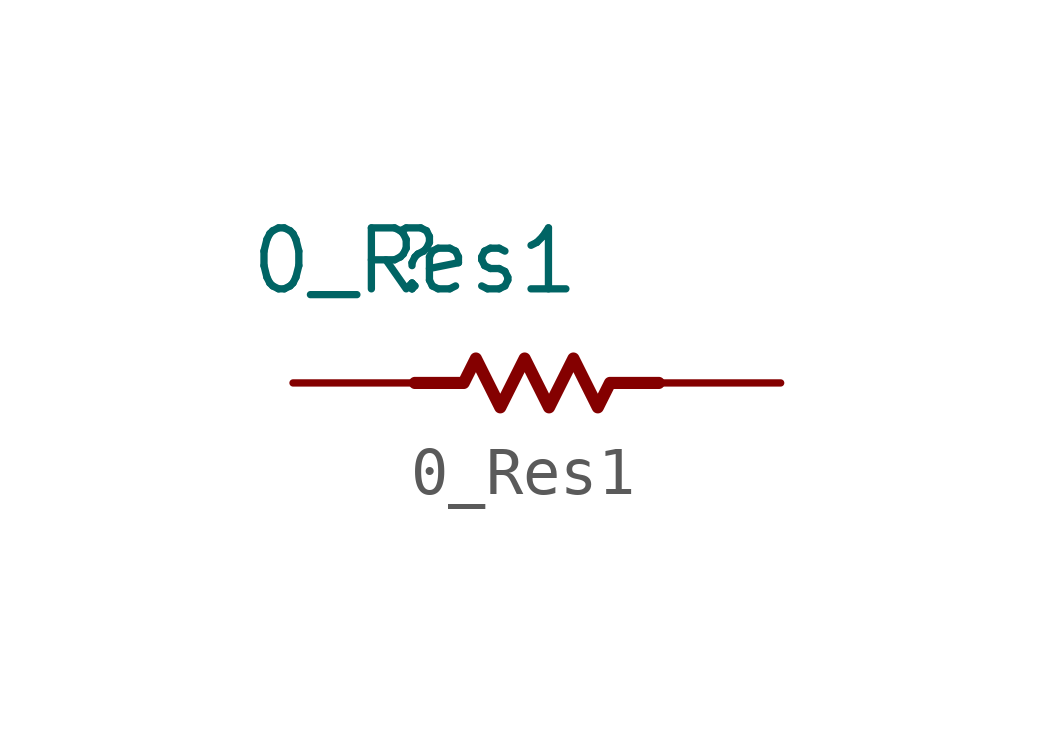
<source format=kicad_sym>
(kicad_symbol_lib
  (version 20211014)
  (generator kicad_symbol_editor)
  (symbol "0_Res1"
    (property "Reference" ""
      (at 0 0 0)
      (effects (font (size 1.27 1.27))))
    (property "Value" "0_Res1"
      (at 0 0 0)
      (effects (font (size 1.27 1.27))))
    (symbol "0_Res1_1_0"
      (polyline (pts (xy 5.08 -2.54) (xy 4.064 -2.54) (xy 3.81 -3.048) (xy 3.302 -2.032) (xy 2.794 -3.048) (xy 2.286 -2.032) (xy 1.778 -3.048) (xy 1.27 -2.032) (xy 1.016 -2.54) (xy 0 -2.54)) (stroke (width 0.254) (type default) (color 0 0 0 0)) (fill (type none)))
      (pin passive line (at -2.54 -2.54 0) (length 2.54) (name "1" (effects (font (size 0 0)))) (number "1" (effects (font (size 0 0)))))
      (pin passive line (at 7.62 -2.54 180) (length 2.54) (name "2" (effects (font (size 0 0)))) (number "2" (effects (font (size 0 0))))))))
</source>
